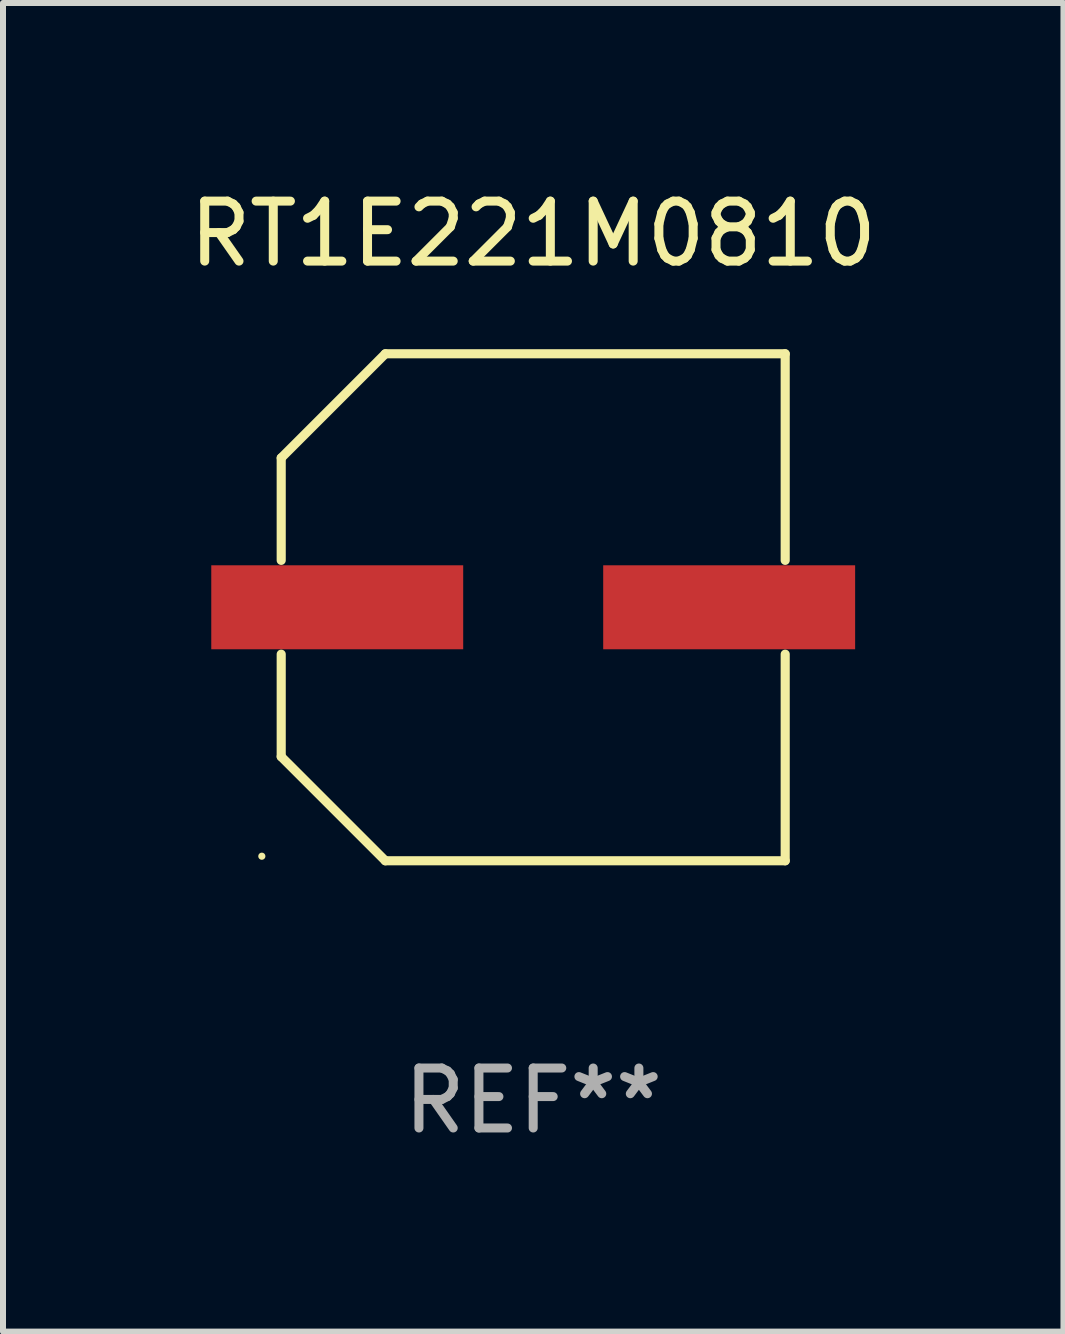
<source format=kicad_pcb>
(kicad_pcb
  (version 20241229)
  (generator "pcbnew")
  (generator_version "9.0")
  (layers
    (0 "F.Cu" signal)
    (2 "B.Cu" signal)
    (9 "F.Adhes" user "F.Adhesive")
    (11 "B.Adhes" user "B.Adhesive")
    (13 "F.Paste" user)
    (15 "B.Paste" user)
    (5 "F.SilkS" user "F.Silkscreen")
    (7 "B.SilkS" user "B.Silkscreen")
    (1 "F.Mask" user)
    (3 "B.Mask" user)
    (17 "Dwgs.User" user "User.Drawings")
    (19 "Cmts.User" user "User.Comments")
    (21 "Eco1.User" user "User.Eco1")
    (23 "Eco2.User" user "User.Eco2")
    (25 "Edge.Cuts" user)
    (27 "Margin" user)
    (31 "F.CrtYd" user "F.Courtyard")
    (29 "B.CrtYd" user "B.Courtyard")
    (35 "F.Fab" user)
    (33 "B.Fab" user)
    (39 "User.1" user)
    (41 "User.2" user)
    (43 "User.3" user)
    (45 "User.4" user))
  (footprint "RT1E221M0810"
    (layer "F.Cu")
    (at 5.839 7.074)
    (property "Reference" "RT1E221M0810" (at 0 -6.226 0) (layer "F.SilkS") (effects (font (size 1 1) (thickness 0.15))))
    (attr through_hole)
    (fp_line (start -4.201 -2.49) (end -4.201 -0.782) (stroke (width 0.152) (type solid)) (layer "F.SilkS"))
    (fp_line (start -4.201 2.49) (end -4.201 0.782) (stroke (width 0.152) (type solid)) (layer "F.SilkS"))
    (fp_line (start -2.465 -4.226) (end -4.201 -2.49) (stroke (width 0.152) (type solid)) (layer "F.SilkS"))
    (fp_line (start -2.465 4.226) (end -4.201 2.49) (stroke (width 0.152) (type solid)) (layer "F.SilkS"))
    (fp_line (start 4.201 -4.226) (end -2.465 -4.226) (stroke (width 0.152) (type solid)) (layer "F.SilkS"))
    (fp_line (start 4.201 -0.782) (end 4.201 -4.226) (stroke (width 0.152) (type solid)) (layer "F.SilkS"))
    (fp_line (start 4.201 0.782) (end 4.201 4.226) (stroke (width 0.152) (type solid)) (layer "F.SilkS"))
    (fp_line (start 4.201 4.226) (end -2.465 4.226) (stroke (width 0.152) (type solid)) (layer "F.SilkS"))
    (fp_circle (center -4.524 4.15) (end -4.494 4.15) (stroke (width 0.06) (type solid)) (fill no) (layer "F.SilkS"))
    (fp_text user "REF**" (at 0 8.226 0) (layer "F.Fab") (effects (font (size 1 1) (thickness 0.15))))
    (pad "1" smd rect (at -3.267 0) (size 4.2 1.4) (layers "F.Cu" "F.Mask" "F.Paste"))
    (pad "2" smd rect (at 3.267 0) (size 4.2 1.4) (layers "F.Cu" "F.Mask" "F.Paste")))
  (gr_rect
    (start -3 -3)
    (end 14.679 19.149)
    (stroke (width 0.1) (type default))
    (fill no)
    (layer "Edge.Cuts")))
</source>
